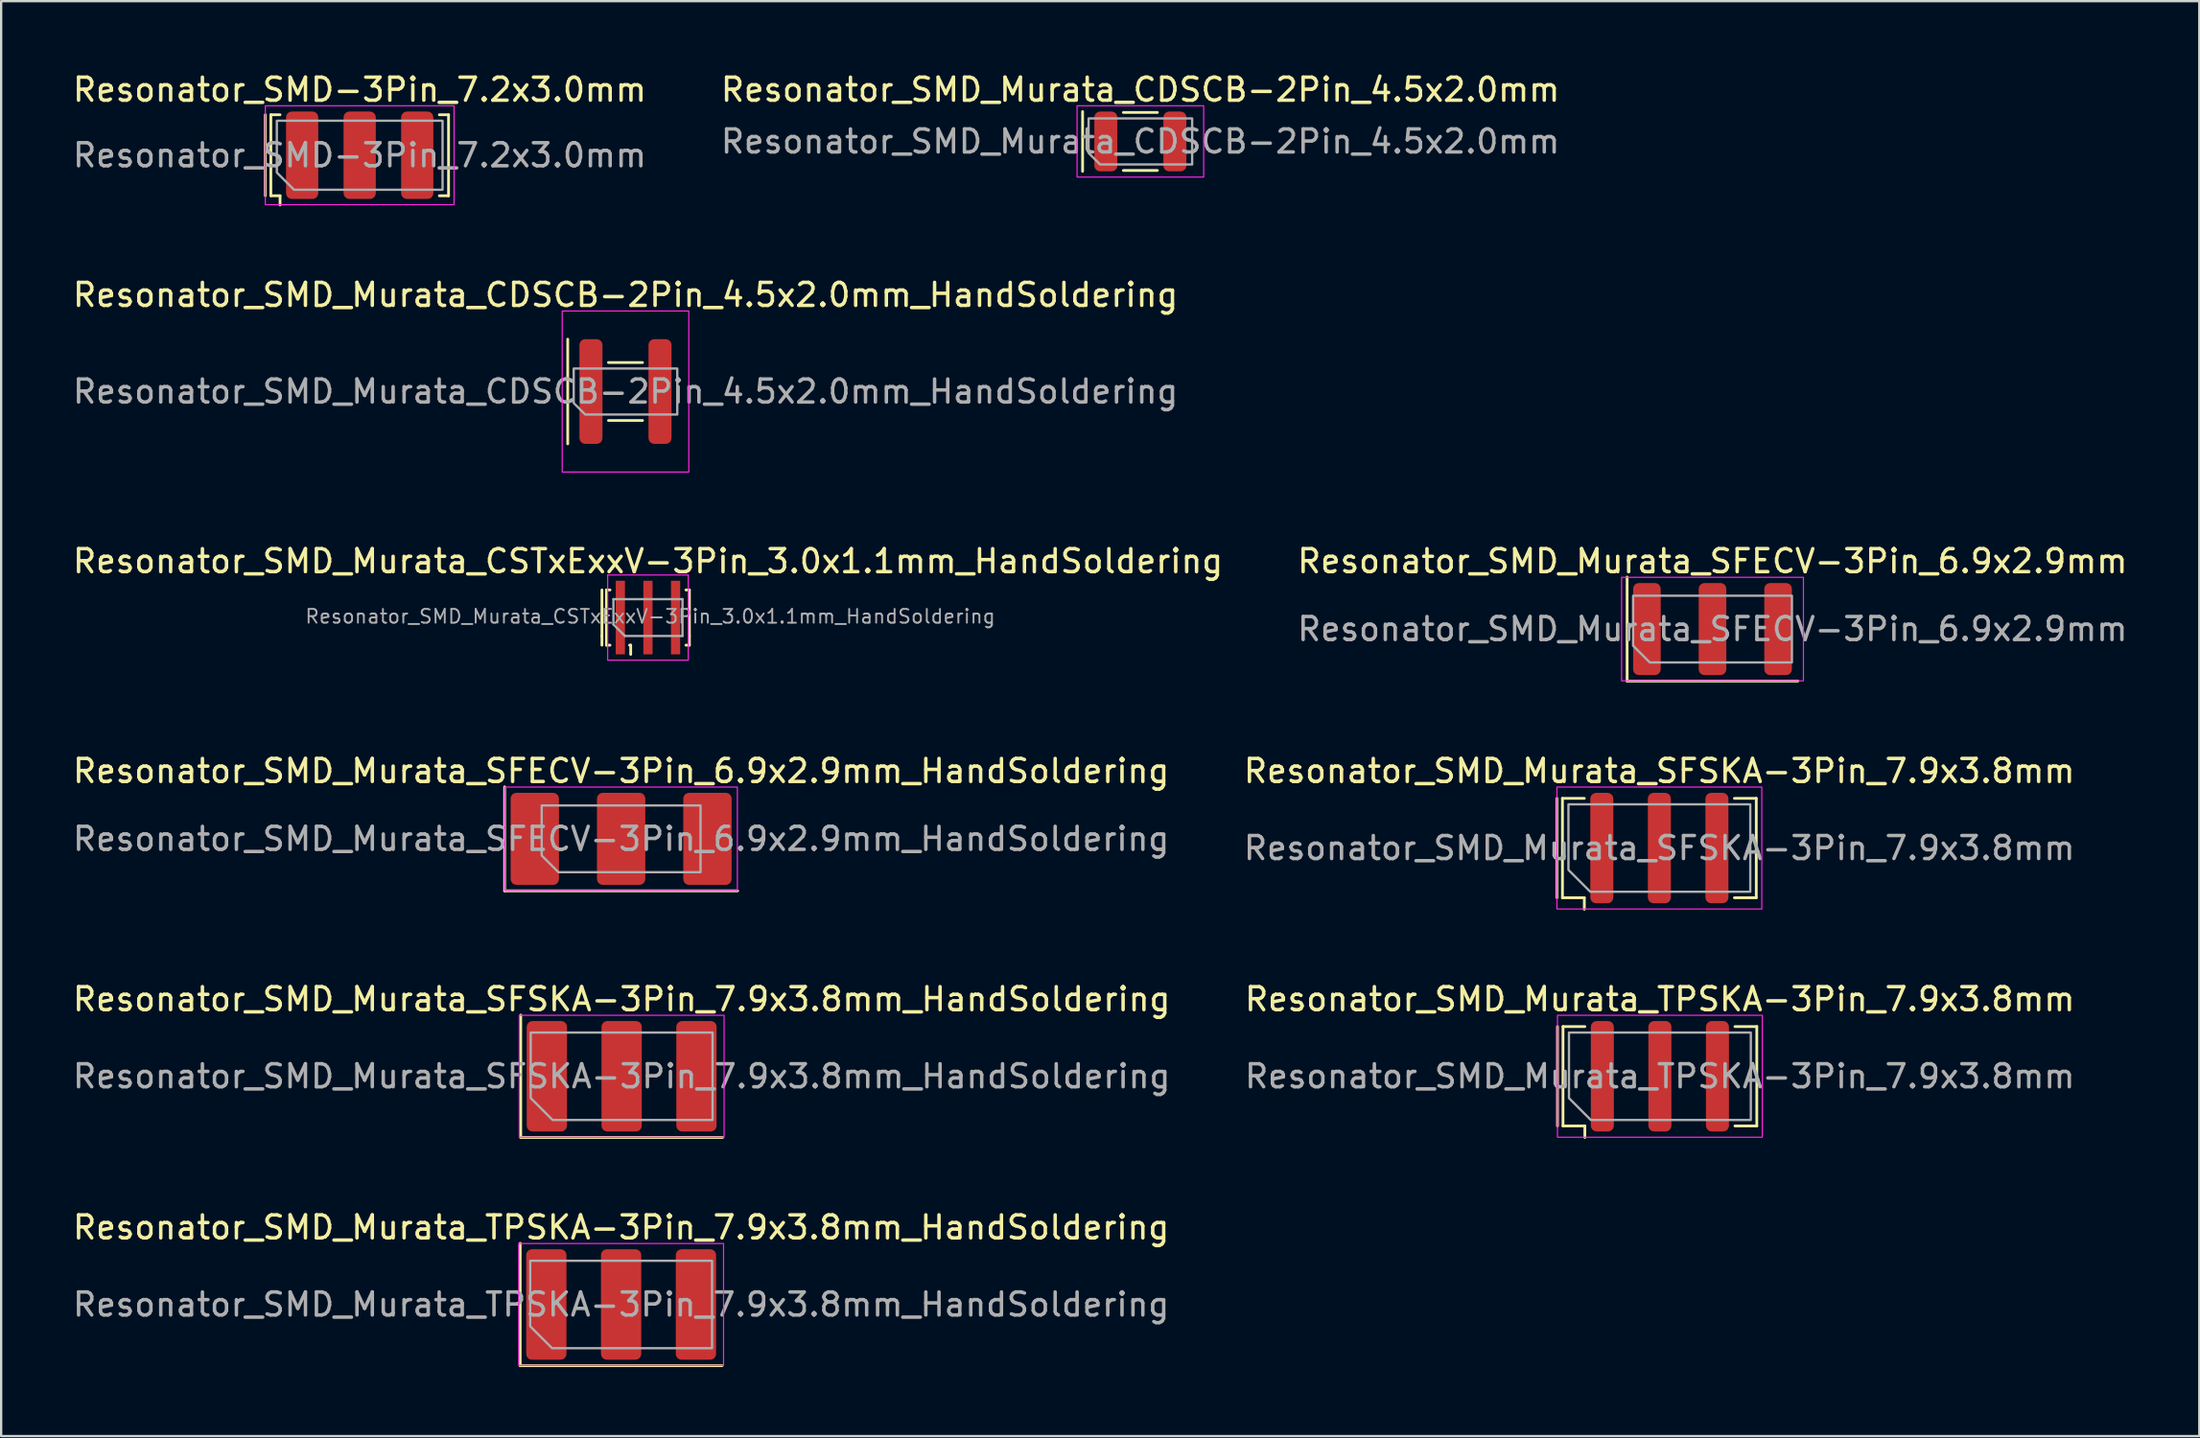
<source format=kicad_pcb>
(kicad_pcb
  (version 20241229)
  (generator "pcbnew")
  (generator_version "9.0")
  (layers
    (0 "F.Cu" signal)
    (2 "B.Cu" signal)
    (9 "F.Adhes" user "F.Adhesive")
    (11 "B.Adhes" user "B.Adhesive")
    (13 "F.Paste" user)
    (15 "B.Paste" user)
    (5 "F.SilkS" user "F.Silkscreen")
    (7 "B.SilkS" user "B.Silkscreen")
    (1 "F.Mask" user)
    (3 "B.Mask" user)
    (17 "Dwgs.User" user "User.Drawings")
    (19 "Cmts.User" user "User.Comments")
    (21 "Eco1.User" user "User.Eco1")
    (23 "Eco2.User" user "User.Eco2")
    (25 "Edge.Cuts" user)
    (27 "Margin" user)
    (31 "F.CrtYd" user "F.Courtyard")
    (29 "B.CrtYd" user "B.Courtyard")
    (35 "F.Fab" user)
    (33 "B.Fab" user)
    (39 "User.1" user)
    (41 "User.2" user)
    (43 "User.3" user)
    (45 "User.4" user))
  (footprint "Resonator_SMD_Murata_TPSKA-3Pin_7.9x3.8mm_HandSoldering"
    (layer "F.Cu")
    (at 23.935 53.645)
    (property "Reference" "Resonator_SMD_Murata_TPSKA-3Pin_7.9x3.8mm_HandSoldering" (at 0 -3.35 0) (layer "F.SilkS") (effects (font (size 1 1) (thickness 0.15))))
    (attr smd)
    (fp_line (start -4.385 -2.66) (end -4.385 2.66) (stroke (width 0.12) (type solid)) (layer "F.SilkS"))
    (fp_line (start -4.385 2.66) (end 4.385 2.66) (stroke (width 0.12) (type solid)) (layer "F.SilkS"))
    (fp_rect (start -4.45 -2.65) (end 4.45 2.65) (stroke (width 0.05) (type solid)) (fill no) (layer "F.CrtYd"))
    (fp_poly (pts (xy -3.95 -1.9) (xy -3.95 0.95) (xy -3 1.9) (xy 3.95 1.9) (xy 3.95 -1.9)) (stroke (width 0.1) (type solid)) (fill no) (layer "F.Fab"))
    (fp_text user "${REFERENCE}" (at 0 0 0) (layer "F.Fab") (effects (font (size 1 1) (thickness 0.15))))
    (pad "1" smd roundrect (at -3.25 0) (size 1.75 4.8) (layers "F.Cu" "F.Mask" "F.Paste") (roundrect_rratio 0.143))
    (pad "2" smd roundrect (at 0 0) (size 1.75 4.8) (layers "F.Cu" "F.Mask" "F.Paste") (roundrect_rratio 0.143))
    (pad "3" smd roundrect (at 3.25 0) (size 1.75 4.8) (layers "F.Cu" "F.Mask" "F.Paste") (roundrect_rratio 0.143)))
  (footprint "Resonator_SMD_Murata_TPSKA-3Pin_7.9x3.8mm"
    (layer "F.Cu")
    (at 69.065 43.726)
    (property "Reference" "Resonator_SMD_Murata_TPSKA-3Pin_7.9x3.8mm" (at 0 -3.35 0) (layer "F.SilkS") (effects (font (size 1 1) (thickness 0.15))))
    (attr smd)
    (fp_line (start -4.45 -2.16) (end -4.45 2.16) (stroke (width 0.12) (type solid)) (layer "F.SilkS"))
    (fp_line (start -4.21 -2.16) (end -3.26 -2.16) (stroke (width 0.12) (type solid)) (layer "F.SilkS"))
    (fp_line (start -4.21 2.16) (end -4.21 -2.16) (stroke (width 0.12) (type solid)) (layer "F.SilkS"))
    (fp_line (start -3.26 2.16) (end -4.21 2.16) (stroke (width 0.12) (type solid)) (layer "F.SilkS"))
    (fp_line (start -3.26 2.66) (end -3.26 2.16) (stroke (width 0.12) (type solid)) (layer "F.SilkS"))
    (fp_line (start 3.26 -2.16) (end 4.21 -2.16) (stroke (width 0.12) (type solid)) (layer "F.SilkS"))
    (fp_line (start 4.21 -2.16) (end 4.21 2.16) (stroke (width 0.12) (type solid)) (layer "F.SilkS"))
    (fp_line (start 4.21 2.16) (end 3.26 2.16) (stroke (width 0.12) (type solid)) (layer "F.SilkS"))
    (fp_rect (start -4.45 -2.65) (end 4.45 2.65) (stroke (width 0.05) (type solid)) (fill no) (layer "F.CrtYd"))
    (fp_poly (pts (xy -3.95 -1.9) (xy -3.95 0.95) (xy -3 1.9) (xy 3.95 1.9) (xy 3.95 -1.9)) (stroke (width 0.1) (type solid)) (fill no) (layer "F.Fab"))
    (fp_text user "${REFERENCE}" (at 0 0 0) (layer "F.Fab") (effects (font (size 1 1) (thickness 0.15))))
    (pad "1" smd roundrect (at -2.5 0) (size 1 4.8) (layers "F.Cu" "F.Mask" "F.Paste") (roundrect_rratio 0.25))
    (pad "2" smd roundrect (at 0 0) (size 1 4.8) (layers "F.Cu" "F.Mask" "F.Paste") (roundrect_rratio 0.25))
    (pad "3" smd roundrect (at 2.5 0) (size 1 4.8) (layers "F.Cu" "F.Mask" "F.Paste") (roundrect_rratio 0.25)))
  (footprint "Resonator_SMD_Murata_SFECV-3Pin_6.9x2.9mm_HandSoldering"
    (layer "F.Cu")
    (at 23.935 33.408)
    (property "Reference" "Resonator_SMD_Murata_SFECV-3Pin_6.9x2.9mm_HandSoldering" (at 0 -2.95 0) (layer "F.SilkS") (effects (font (size 1 1) (thickness 0.15))))
    (attr smd)
    (fp_line (start -5.06 -2.26) (end -5.06 2.26) (stroke (width 0.12) (type solid)) (layer "F.SilkS"))
    (fp_line (start -5.06 2.26) (end 5.06 2.26) (stroke (width 0.12) (type solid)) (layer "F.SilkS"))
    (fp_rect (start -5.05 -2.25) (end 5.05 2.25) (stroke (width 0.05) (type solid)) (fill no) (layer "F.CrtYd"))
    (fp_poly (pts (xy -3.45 -1.45) (xy -3.45 0.725) (xy -2.725 1.45) (xy 3.45 1.45) (xy 3.45 -1.45)) (stroke (width 0.1) (type solid)) (fill no) (layer "F.Fab"))
    (fp_text user "${REFERENCE}" (at 0 0 0) (layer "F.Fab") (effects (font (size 1 1) (thickness 0.15))))
    (pad "1" smd roundrect (at -3.75 0) (size 2.1 4) (layers "F.Cu" "F.Mask" "F.Paste") (roundrect_rratio 0.119))
    (pad "2" smd roundrect (at 0 0) (size 2.1 4) (layers "F.Cu" "F.Mask" "F.Paste") (roundrect_rratio 0.119))
    (pad "3" smd roundrect (at 3.75 0) (size 2.1 4) (layers "F.Cu" "F.Mask" "F.Paste") (roundrect_rratio 0.119)))
  (footprint "Resonator_SMD_Murata_SFSKA-3Pin_7.9x3.8mm_HandSoldering"
    (layer "F.Cu")
    (at 23.958 43.726)
    (property "Reference" "Resonator_SMD_Murata_SFSKA-3Pin_7.9x3.8mm_HandSoldering" (at 0 -3.35 0) (layer "F.SilkS") (effects (font (size 1 1) (thickness 0.15))))
    (attr smd)
    (fp_line (start -4.385 -2.66) (end -4.385 2.66) (stroke (width 0.12) (type solid)) (layer "F.SilkS"))
    (fp_line (start -4.385 2.66) (end 4.385 2.66) (stroke (width 0.12) (type solid)) (layer "F.SilkS"))
    (fp_rect (start -4.45 -2.65) (end 4.45 2.65) (stroke (width 0.05) (type solid)) (fill no) (layer "F.CrtYd"))
    (fp_poly (pts (xy -3.95 -1.9) (xy -3.95 0.95) (xy -3 1.9) (xy 3.95 1.9) (xy 3.95 -1.9)) (stroke (width 0.1) (type solid)) (fill no) (layer "F.Fab"))
    (fp_text user "${REFERENCE}" (at 0 0 0) (layer "F.Fab") (effects (font (size 1 1) (thickness 0.15))))
    (pad "1" smd roundrect (at -3.25 0) (size 1.75 4.8) (layers "F.Cu" "F.Mask" "F.Paste") (roundrect_rratio 0.143))
    (pad "2" smd roundrect (at 0 0) (size 1.75 4.8) (layers "F.Cu" "F.Mask" "F.Paste") (roundrect_rratio 0.143))
    (pad "3" smd roundrect (at 3.25 0) (size 1.75 4.8) (layers "F.Cu" "F.Mask" "F.Paste") (roundrect_rratio 0.143)))
  (footprint "Resonator_SMD_Murata_CDSCB-2Pin_4.5x2.0mm_HandSoldering"
    (layer "F.Cu")
    (at 24.125 13.966)
    (property "Reference" "Resonator_SMD_Murata_CDSCB-2Pin_4.5x2.0mm_HandSoldering" (at 0 -4.2 0) (layer "F.SilkS") (effects (font (size 1 1) (thickness 0.15))))
    (attr smd)
    (fp_line (start -2.51 -2.275) (end -2.51 2.275) (stroke (width 0.12) (type solid)) (layer "F.SilkS"))
    (fp_line (start -0.74 -1.26) (end 0.74 -1.26) (stroke (width 0.12) (type solid)) (layer "F.SilkS"))
    (fp_line (start -0.74 1.26) (end 0.74 1.26) (stroke (width 0.12) (type solid)) (layer "F.SilkS"))
    (fp_rect (start -2.75 -3.5) (end 2.75 3.5) (stroke (width 0.05) (type solid)) (fill no) (layer "F.CrtYd"))
    (fp_poly (pts (xy -2.25 -1) (xy -2.25 0.5) (xy -1.75 1) (xy 2.25 1) (xy 2.25 -1)) (stroke (width 0.1) (type solid)) (fill no) (layer "F.Fab"))
    (fp_text user "${REFERENCE}" (at 0 0 0) (layer "F.Fab") (effects (font (size 1 1) (thickness 0.15))))
    (pad "1" smd roundrect (at -1.5 0) (size 1 4.55) (layers "F.Cu" "F.Mask" "F.Paste") (roundrect_rratio 0.25))
    (pad "2" smd roundrect (at 1.5 0) (size 1 4.55) (layers "F.Cu" "F.Mask" "F.Paste") (roundrect_rratio 0.25)))
  (footprint "Resonator_SMD_Murata_CDSCB-2Pin_4.5x2.0mm"
    (layer "F.Cu")
    (at 46.494 3.098)
    (property "Reference" "Resonator_SMD_Murata_CDSCB-2Pin_4.5x2.0mm" (at 0 -2.25 0) (layer "F.SilkS") (effects (font (size 1 1) (thickness 0.15))))
    (attr smd)
    (fp_line (start -2.51 -1.3) (end -2.51 1.3) (stroke (width 0.12) (type solid)) (layer "F.SilkS"))
    (fp_line (start -0.74 -1.26) (end 0.74 -1.26) (stroke (width 0.12) (type solid)) (layer "F.SilkS"))
    (fp_line (start -0.74 1.26) (end 0.74 1.26) (stroke (width 0.12) (type solid)) (layer "F.SilkS"))
    (fp_rect (start -2.75 -1.55) (end 2.75 1.55) (stroke (width 0.05) (type solid)) (fill no) (layer "F.CrtYd"))
    (fp_poly (pts (xy -2.25 -1) (xy -2.25 0.5) (xy -1.75 1) (xy 2.25 1) (xy 2.25 -1)) (stroke (width 0.1) (type solid)) (fill no) (layer "F.Fab"))
    (fp_text user "${REFERENCE}" (at 0 0 0) (layer "F.Fab") (effects (font (size 1 1) (thickness 0.15))))
    (pad "1" smd roundrect (at -1.5 0) (size 1 2.6) (layers "F.Cu" "F.Mask" "F.Paste") (roundrect_rratio 0.25))
    (pad "2" smd roundrect (at 1.5 0) (size 1 2.6) (layers "F.Cu" "F.Mask" "F.Paste") (roundrect_rratio 0.25)))
  (footprint "Resonator_SMD_Murata_SFSKA-3Pin_7.9x3.8mm"
    (layer "F.Cu")
    (at 69.042 33.808)
    (property "Reference" "Resonator_SMD_Murata_SFSKA-3Pin_7.9x3.8mm" (at 0 -3.35 0) (layer "F.SilkS") (effects (font (size 1 1) (thickness 0.15))))
    (attr smd)
    (fp_line (start -4.45 -2.16) (end -4.45 2.16) (stroke (width 0.12) (type solid)) (layer "F.SilkS"))
    (fp_line (start -4.21 -2.16) (end -3.26 -2.16) (stroke (width 0.12) (type solid)) (layer "F.SilkS"))
    (fp_line (start -4.21 2.16) (end -4.21 -2.16) (stroke (width 0.12) (type solid)) (layer "F.SilkS"))
    (fp_line (start -3.26 2.16) (end -4.21 2.16) (stroke (width 0.12) (type solid)) (layer "F.SilkS"))
    (fp_line (start -3.26 2.66) (end -3.26 2.16) (stroke (width 0.12) (type solid)) (layer "F.SilkS"))
    (fp_line (start 3.26 -2.16) (end 4.21 -2.16) (stroke (width 0.12) (type solid)) (layer "F.SilkS"))
    (fp_line (start 4.21 -2.16) (end 4.21 2.16) (stroke (width 0.12) (type solid)) (layer "F.SilkS"))
    (fp_line (start 4.21 2.16) (end 3.26 2.16) (stroke (width 0.12) (type solid)) (layer "F.SilkS"))
    (fp_rect (start -4.45 -2.65) (end 4.45 2.65) (stroke (width 0.05) (type solid)) (fill no) (layer "F.CrtYd"))
    (fp_poly (pts (xy -3.95 -1.9) (xy -3.95 0.95) (xy -3 1.9) (xy 3.95 1.9) (xy 3.95 -1.9)) (stroke (width 0.1) (type solid)) (fill no) (layer "F.Fab"))
    (fp_text user "${REFERENCE}" (at 0 0 0) (layer "F.Fab") (effects (font (size 1 1) (thickness 0.15))))
    (pad "1" smd roundrect (at -2.5 0) (size 1 4.8) (layers "F.Cu" "F.Mask" "F.Paste") (roundrect_rratio 0.25))
    (pad "2" smd roundrect (at 0 0) (size 1 4.8) (layers "F.Cu" "F.Mask" "F.Paste") (roundrect_rratio 0.25))
    (pad "3" smd roundrect (at 2.5 0) (size 1 4.8) (layers "F.Cu" "F.Mask" "F.Paste") (roundrect_rratio 0.25)))
  (footprint "Resonator_SMD_Murata_CSTxExxV-3Pin_3.0x1.1mm_HandSoldering"
    (layer "F.Cu")
    (at 25.101 23.79)
    (property "Reference" "Resonator_SMD_Murata_CSTxExxV-3Pin_3.0x1.1mm_HandSoldering" (at 0 -2.45 0) (layer "F.SilkS") (effects (font (size 1 1) (thickness 0.15))))
    (attr smd)
    (fp_line (start -2 -1.2) (end -2 0.8) (stroke (width 0.12) (type solid)) (layer "F.SilkS"))
    (fp_line (start -2 0.8) (end -2 1.2) (stroke (width 0.12) (type solid)) (layer "F.SilkS"))
    (fp_line (start -1.8 -1.2) (end -1.65 -1.2) (stroke (width 0.12) (type solid)) (layer "F.SilkS"))
    (fp_line (start -1.8 0.8) (end -1.8 -1.2) (stroke (width 0.12) (type solid)) (layer "F.SilkS"))
    (fp_line (start -1.8 0.8) (end -1.8 1.2) (stroke (width 0.12) (type solid)) (layer "F.SilkS"))
    (fp_line (start -1.8 1.2) (end -1.65 1.2) (stroke (width 0.12) (type solid)) (layer "F.SilkS"))
    (fp_line (start -0.75 1.2) (end -0.8 1.2) (stroke (width 0.12) (type solid)) (layer "F.SilkS"))
    (fp_line (start -0.75 1.2) (end -0.75 1.6) (stroke (width 0.12) (type solid)) (layer "F.SilkS"))
    (fp_line (start 1.8 -1.2) (end 1.65 -1.2) (stroke (width 0.12) (type solid)) (layer "F.SilkS"))
    (fp_line (start 1.8 -1.2) (end 1.8 0.8) (stroke (width 0.12) (type solid)) (layer "F.SilkS"))
    (fp_line (start 1.8 0.8) (end 1.8 1.2) (stroke (width 0.12) (type solid)) (layer "F.SilkS"))
    (fp_line (start 1.8 1.2) (end 1.65 1.2) (stroke (width 0.12) (type solid)) (layer "F.SilkS"))
    (fp_line (start -1.75 -1.85) (end 1.75 -1.85) (stroke (width 0.05) (type solid)) (layer "F.CrtYd"))
    (fp_line (start -1.75 1.85) (end -1.75 -1.85) (stroke (width 0.05) (type solid)) (layer "F.CrtYd"))
    (fp_line (start 1.75 -1.85) (end 1.75 1.85) (stroke (width 0.05) (type solid)) (layer "F.CrtYd"))
    (fp_line (start 1.75 1.85) (end -1.75 1.85) (stroke (width 0.05) (type solid)) (layer "F.CrtYd"))
    (fp_line (start -1.5 0.3) (end -1.5 -0.8) (stroke (width 0.1) (type solid)) (layer "F.Fab"))
    (fp_line (start -1 0.8) (end -1.5 0.3) (stroke (width 0.1) (type solid)) (layer "F.Fab"))
    (fp_line (start -1 0.8) (end 1.5 0.8) (stroke (width 0.1) (type solid)) (layer "F.Fab"))
    (fp_line (start 1.5 -0.8) (end -1.5 -0.8) (stroke (width 0.1) (type solid)) (layer "F.Fab"))
    (fp_line (start 1.5 0.8) (end 1.5 -0.8) (stroke (width 0.1) (type solid)) (layer "F.Fab"))
    (fp_text user "${REFERENCE}" (at 0.1 -0.05 0) (layer "F.Fab") (effects (font (size 0.6 0.6) (thickness 0.08))))
    (pad "1" smd rect (at -1.2 0) (size 0.4 3.2) (layers "F.Cu" "F.Mask" "F.Paste"))
    (pad "2" smd rect (at 0 0) (size 0.4 3.2) (layers "F.Cu" "F.Mask" "F.Paste"))
    (pad "3" smd rect (at 1.2 0) (size 0.4 3.2) (layers "F.Cu" "F.Mask" "F.Paste")))
  (footprint "Resonator_SMD_Murata_SFECV-3Pin_6.9x2.9mm"
    (layer "F.Cu")
    (at 71.351 24.29)
    (property "Reference" "Resonator_SMD_Murata_SFECV-3Pin_6.9x2.9mm" (at 0 -2.95 0) (layer "F.SilkS") (effects (font (size 1 1) (thickness 0.15))))
    (attr smd)
    (fp_line (start -3.71 -2.26) (end -3.71 2.26) (stroke (width 0.12) (type solid)) (layer "F.SilkS"))
    (fp_line (start -3.71 2.26) (end 3.71 2.26) (stroke (width 0.12) (type solid)) (layer "F.SilkS"))
    (fp_rect (start -3.95 -2.25) (end 3.95 2.25) (stroke (width 0.05) (type solid)) (fill no) (layer "F.CrtYd"))
    (fp_poly (pts (xy -3.45 -1.45) (xy -3.45 0.725) (xy -2.725 1.45) (xy 3.45 1.45) (xy 3.45 -1.45)) (stroke (width 0.1) (type solid)) (fill no) (layer "F.Fab"))
    (fp_text user "${REFERENCE}" (at 0 0 0) (layer "F.Fab") (effects (font (size 1 1) (thickness 0.15))))
    (pad "1" smd roundrect (at -2.85 0) (size 1.2 4) (layers "F.Cu" "F.Mask" "F.Paste") (roundrect_rratio 0.208))
    (pad "2" smd roundrect (at 0 0) (size 1.2 4) (layers "F.Cu" "F.Mask" "F.Paste") (roundrect_rratio 0.208))
    (pad "3" smd roundrect (at 2.85 0) (size 1.2 4) (layers "F.Cu" "F.Mask" "F.Paste") (roundrect_rratio 0.208)))
  (footprint "Resonator_SMD-3Pin_7.2x3.0mm"
    (layer "F.Cu")
    (at 12.577 3.698)
    (property "Reference" "Resonator_SMD-3Pin_7.2x3.0mm" (at 0 -2.85 0) (layer "F.SilkS") (effects (font (size 1 1) (thickness 0.15))))
    (attr smd)
    (fp_line (start -4.1 -1.76) (end -4.1 1.76) (stroke (width 0.12) (type solid)) (layer "F.SilkS"))
    (fp_line (start -3.86 -1.76) (end -3.46 -1.76) (stroke (width 0.12) (type solid)) (layer "F.SilkS"))
    (fp_line (start -3.86 1.76) (end -3.86 -1.76) (stroke (width 0.12) (type solid)) (layer "F.SilkS"))
    (fp_line (start -3.46 1.76) (end -3.86 1.76) (stroke (width 0.12) (type solid)) (layer "F.SilkS"))
    (fp_line (start -3.46 2.16) (end -3.46 1.76) (stroke (width 0.12) (type solid)) (layer "F.SilkS"))
    (fp_line (start 3.46 -1.76) (end 3.86 -1.76) (stroke (width 0.12) (type solid)) (layer "F.SilkS"))
    (fp_line (start 3.86 -1.76) (end 3.86 1.76) (stroke (width 0.12) (type solid)) (layer "F.SilkS"))
    (fp_line (start 3.86 1.76) (end 3.46 1.76) (stroke (width 0.12) (type solid)) (layer "F.SilkS"))
    (fp_rect (start -4.1 -2.15) (end 4.1 2.15) (stroke (width 0.05) (type solid)) (fill no) (layer "F.CrtYd"))
    (fp_poly (pts (xy -3.6 -1.5) (xy -3.6 0.75) (xy -2.85 1.5) (xy 3.6 1.5) (xy 3.6 -1.5)) (stroke (width 0.1) (type solid)) (fill no) (layer "F.Fab"))
    (fp_text user "${REFERENCE}" (at 0 0 0) (layer "F.Fab") (effects (font (size 1 1) (thickness 0.15))))
    (pad "1" smd roundrect (at -2.5 0) (size 1.4 3.8) (layers "F.Cu" "F.Mask" "F.Paste") (roundrect_rratio 0.179))
    (pad "2" smd roundrect (at 0 0) (size 1.4 3.8) (layers "F.Cu" "F.Mask" "F.Paste") (roundrect_rratio 0.179))
    (pad "3" smd roundrect (at 2.5 0) (size 1.4 3.8) (layers "F.Cu" "F.Mask" "F.Paste") (roundrect_rratio 0.179)))
  (gr_rect
    (start -3 -3)
    (end 92.5 59.364)
    (stroke (width 0.1) (type default))
    (fill no)
    (layer "Edge.Cuts")))
</source>
